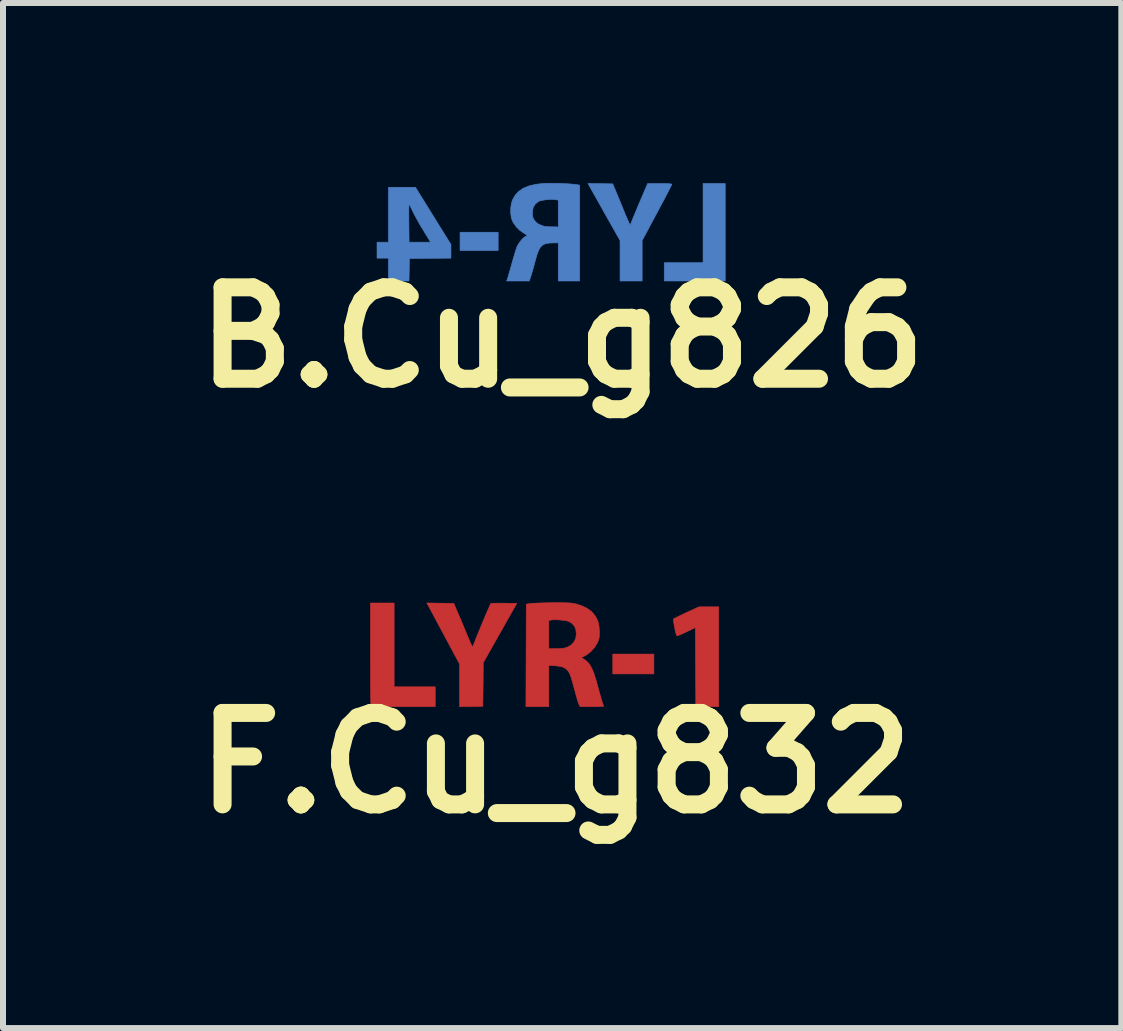
<source format=kicad_pcb>
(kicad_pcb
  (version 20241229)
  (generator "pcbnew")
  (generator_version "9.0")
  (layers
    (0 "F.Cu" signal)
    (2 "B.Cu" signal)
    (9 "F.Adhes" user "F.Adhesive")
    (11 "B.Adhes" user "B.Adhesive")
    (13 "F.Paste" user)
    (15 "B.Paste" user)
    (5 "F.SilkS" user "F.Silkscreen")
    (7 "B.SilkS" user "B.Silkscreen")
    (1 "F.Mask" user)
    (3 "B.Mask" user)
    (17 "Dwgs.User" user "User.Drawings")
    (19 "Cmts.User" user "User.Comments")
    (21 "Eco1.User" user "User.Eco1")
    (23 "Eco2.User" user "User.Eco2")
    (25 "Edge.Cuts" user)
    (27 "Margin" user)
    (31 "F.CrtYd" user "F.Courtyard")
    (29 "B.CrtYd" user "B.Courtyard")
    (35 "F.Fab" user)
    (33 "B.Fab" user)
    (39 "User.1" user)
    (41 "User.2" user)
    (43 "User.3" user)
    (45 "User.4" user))
  (footprint "F.Cu_g832"
    (layer "F.Cu")
    (at 6.212 9.669)
    (property "Reference" "F.Cu_g832" (at 0 0 0) (layer "F.SilkS") (effects (font (size 1.524 1.524) (thickness 0.3))))
    (attr through_hole)
    (fp_poly (pts (xy 1.638 -1.486) (xy 0.953 -1.486) (xy 0.953 -1.816) (xy 1.638 -1.816) (xy 1.638 -1.486)) (stroke (width 0.01) (type solid)) (fill yes) (layer "F.Cu"))
    (fp_poly (pts (xy -2.692 -1.27) (xy -2.007 -1.27) (xy -2.007 -0.94) (xy -2.538 -0.94) (xy -2.652 -0.94) (xy -2.757 -0.941) (xy -2.853 -0.941) (xy -2.935 -0.943) (xy -3 -0.944) (xy -3.048 -0.946) (xy -3.074 -0.947) (xy -3.078 -0.948) (xy -3.079 -0.962) (xy -3.08 -0.999) (xy -3.082 -1.058) (xy -3.083 -1.135) (xy -3.084 -1.229) (xy -3.085 -1.339) (xy -3.085 -1.461) (xy -3.086 -1.594) (xy -3.086 -1.735) (xy -3.086 -1.812) (xy -3.086 -2.667) (xy -2.692 -2.667) (xy -2.692 -1.27)) (stroke (width 0.01) (type solid)) (fill yes) (layer "F.Cu"))
    (fp_poly (pts (xy 2.718 -0.94) (xy 2.337 -0.94) (xy 2.334 -1.599) (xy 2.33 -2.258) (xy 2.175 -2.184) (xy 2.112 -2.155) (xy 2.068 -2.135) (xy 2.039 -2.125) (xy 2.023 -2.123) (xy 2.015 -2.129) (xy 2.014 -2.132) (xy 2.002 -2.175) (xy 1.99 -2.226) (xy 1.98 -2.28) (xy 1.971 -2.331) (xy 1.965 -2.372) (xy 1.964 -2.397) (xy 1.965 -2.402) (xy 1.979 -2.41) (xy 2.013 -2.427) (xy 2.061 -2.451) (xy 2.121 -2.48) (xy 2.181 -2.508) (xy 2.388 -2.603) (xy 2.718 -2.603) (xy 2.718 -0.94)) (stroke (width 0.01) (type solid)) (fill yes) (layer "F.Cu"))
    (fp_poly (pts (xy -1.923 -2.664) (xy -1.698 -2.661) (xy -1.614 -2.464) (xy -1.578 -2.381) (xy -1.54 -2.289) (xy -1.502 -2.198) (xy -1.469 -2.118) (xy -1.461 -2.098) (xy -1.436 -2.039) (xy -1.414 -1.99) (xy -1.397 -1.956) (xy -1.386 -1.94) (xy -1.384 -1.939) (xy -1.375 -1.956) (xy -1.361 -1.989) (xy -1.348 -2.023) (xy -1.333 -2.062) (xy -1.312 -2.115) (xy -1.285 -2.18) (xy -1.255 -2.253) (xy -1.224 -2.329) (xy -1.192 -2.405) (xy -1.161 -2.478) (xy -1.133 -2.543) (xy -1.109 -2.597) (xy -1.092 -2.636) (xy -1.082 -2.656) (xy -1.081 -2.658) (xy -1.065 -2.661) (xy -1.029 -2.663) (xy -0.976 -2.664) (xy -0.911 -2.665) (xy -0.86 -2.664) (xy -0.648 -2.661) (xy -1.206 -1.673) (xy -1.209 -1.309) (xy -1.213 -0.946) (xy -1.407 -0.943) (xy -1.6 -0.939) (xy -1.6 -1.648) (xy -1.824 -2.066) (xy -1.877 -2.165) (xy -1.928 -2.26) (xy -1.976 -2.35) (xy -2.018 -2.429) (xy -2.054 -2.496) (xy -2.081 -2.546) (xy -2.097 -2.575) (xy -2.147 -2.668) (xy -1.923 -2.664)) (stroke (width 0.01) (type solid)) (fill yes) (layer "F.Cu"))
    (fp_poly (pts (xy 0.141 -2.671) (xy 0.202 -2.67) (xy 0.25 -2.667) (xy 0.288 -2.662) (xy 0.321 -2.656) (xy 0.343 -2.651) (xy 0.445 -2.617) (xy 0.526 -2.578) (xy 0.592 -2.53) (xy 0.615 -2.507) (xy 0.668 -2.44) (xy 0.704 -2.367) (xy 0.723 -2.281) (xy 0.729 -2.191) (xy 0.729 -2.131) (xy 0.725 -2.087) (xy 0.715 -2.05) (xy 0.699 -2.011) (xy 0.696 -2.004) (xy 0.649 -1.927) (xy 0.585 -1.856) (xy 0.512 -1.801) (xy 0.488 -1.787) (xy 0.428 -1.757) (xy 0.474 -1.729) (xy 0.515 -1.699) (xy 0.55 -1.664) (xy 0.581 -1.62) (xy 0.61 -1.563) (xy 0.639 -1.491) (xy 0.668 -1.4) (xy 0.7 -1.288) (xy 0.703 -1.276) (xy 0.723 -1.201) (xy 0.743 -1.131) (xy 0.76 -1.071) (xy 0.774 -1.025) (xy 0.78 -1.005) (xy 0.792 -0.971) (xy 0.799 -0.949) (xy 0.8 -0.945) (xy 0.788 -0.943) (xy 0.755 -0.942) (xy 0.705 -0.94) (xy 0.643 -0.94) (xy 0.603 -0.94) (xy 0.405 -0.94) (xy 0.386 -0.986) (xy 0.375 -1.016) (xy 0.36 -1.063) (xy 0.343 -1.123) (xy 0.325 -1.189) (xy 0.322 -1.199) (xy 0.297 -1.292) (xy 0.277 -1.364) (xy 0.261 -1.418) (xy 0.247 -1.459) (xy 0.235 -1.489) (xy 0.222 -1.512) (xy 0.209 -1.532) (xy 0.208 -1.534) (xy 0.175 -1.569) (xy 0.137 -1.593) (xy 0.087 -1.609) (xy 0.019 -1.619) (xy -0.005 -1.621) (xy -0.114 -1.629) (xy -0.114 -0.94) (xy -0.495 -0.94) (xy -0.492 -1.794) (xy -0.49 -2.374) (xy -0.114 -2.374) (xy -0.114 -1.905) (xy 0.004 -1.905) (xy 0.079 -1.908) (xy 0.142 -1.915) (xy 0.179 -1.924) (xy 0.251 -1.96) (xy 0.303 -2.012) (xy 0.335 -2.078) (xy 0.345 -2.151) (xy 0.337 -2.226) (xy 0.312 -2.285) (xy 0.268 -2.331) (xy 0.225 -2.358) (xy 0.192 -2.369) (xy 0.142 -2.378) (xy 0.082 -2.384) (xy 0.021 -2.388) (xy -0.035 -2.388) (xy -0.077 -2.384) (xy -0.082 -2.383) (xy -0.114 -2.374) (xy -0.49 -2.374) (xy -0.489 -2.648) (xy -0.413 -2.659) (xy -0.378 -2.662) (xy -0.322 -2.665) (xy -0.251 -2.668) (xy -0.169 -2.67) (xy -0.08 -2.671) (xy -0.038 -2.672) (xy 0.062 -2.672) (xy 0.141 -2.671)) (stroke (width 0.01) (type solid)) (fill yes) (layer "F.Cu")))
  (footprint "B.Cu_g826"
    (layer "F.Cu")
    (at 6.321 2.574)
    (property "Reference" "B.Cu_g826" (at 0 0 0) (layer "F.SilkS") (effects (font (size 1.524 1.524) (thickness 0.3))))
    (attr through_hole)
    (fp_poly (pts (xy -1.067 -1.448) (xy -1.702 -1.448) (xy -1.702 -1.753) (xy -1.067 -1.753) (xy -1.067 -1.448)) (stroke (width 0.01) (type solid)) (fill yes) (layer "B.Cu"))
    (fp_poly (pts (xy 2.718 -0.94) (xy 1.702 -0.94) (xy 1.702 -1.245) (xy 2.349 -1.245) (xy 2.349 -2.565) (xy 2.718 -2.565) (xy 2.718 -0.94)) (stroke (width 0.01) (type solid)) (fill yes) (layer "B.Cu"))
    (fp_poly (pts (xy -2.445 -2.502) (xy -2.149 -2.025) (xy -1.854 -1.549) (xy -1.854 -1.321) (xy -2.2 -1.318) (xy -2.546 -1.314) (xy -2.553 -0.94) (xy -2.896 -0.94) (xy -2.896 -1.321) (xy -3.086 -1.321) (xy -3.086 -1.587) (xy -2.896 -1.587) (xy -2.896 -2.056) (xy -2.556 -2.056) (xy -2.556 -1.976) (xy -2.555 -1.905) (xy -2.552 -1.587) (xy -2.195 -1.587) (xy -2.219 -1.629) (xy -2.235 -1.654) (xy -2.26 -1.696) (xy -2.293 -1.75) (xy -2.329 -1.81) (xy -2.345 -1.835) (xy -2.385 -1.904) (xy -2.426 -1.977) (xy -2.463 -2.045) (xy -2.491 -2.102) (xy -2.496 -2.111) (xy -2.518 -2.159) (xy -2.537 -2.196) (xy -2.549 -2.218) (xy -2.553 -2.222) (xy -2.554 -2.21) (xy -2.555 -2.176) (xy -2.556 -2.124) (xy -2.556 -2.056) (xy -2.896 -2.056) (xy -2.896 -2.502) (xy -2.445 -2.502)) (stroke (width 0.01) (type solid)) (fill yes) (layer "B.Cu"))
    (fp_poly (pts (xy 0.637 -2.563) (xy 0.843 -2.559) (xy 0.899 -2.426) (xy 0.923 -2.367) (xy 0.954 -2.293) (xy 0.988 -2.21) (xy 1.022 -2.126) (xy 1.041 -2.079) (xy 1.069 -2.012) (xy 1.094 -1.955) (xy 1.114 -1.911) (xy 1.128 -1.883) (xy 1.135 -1.876) (xy 1.143 -1.893) (xy 1.156 -1.926) (xy 1.169 -1.956) (xy 1.181 -1.988) (xy 1.202 -2.039) (xy 1.23 -2.105) (xy 1.261 -2.18) (xy 1.295 -2.261) (xy 1.31 -2.296) (xy 1.425 -2.565) (xy 1.627 -2.565) (xy 1.712 -2.565) (xy 1.774 -2.562) (xy 1.814 -2.558) (xy 1.829 -2.553) (xy 1.829 -2.552) (xy 1.823 -2.539) (xy 1.806 -2.505) (xy 1.78 -2.454) (xy 1.746 -2.387) (xy 1.704 -2.308) (xy 1.657 -2.219) (xy 1.605 -2.122) (xy 1.581 -2.077) (xy 1.333 -1.614) (xy 1.333 -0.94) (xy 0.965 -0.94) (xy 0.965 -1.615) (xy 0.713 -2.061) (xy 0.658 -2.16) (xy 0.606 -2.252) (xy 0.559 -2.336) (xy 0.518 -2.408) (xy 0.485 -2.467) (xy 0.461 -2.51) (xy 0.448 -2.534) (xy 0.446 -2.537) (xy 0.431 -2.566) (xy 0.637 -2.563)) (stroke (width 0.01) (type solid)) (fill yes) (layer "B.Cu"))
    (fp_poly (pts (xy -0.115 -2.568) (xy -0.025 -2.566) (xy 0.063 -2.562) (xy 0.142 -2.557) (xy 0.207 -2.551) (xy 0.247 -2.546) (xy 0.292 -2.537) (xy 0.292 -0.94) (xy -0.064 -0.94) (xy -0.064 -1.575) (xy -0.16 -1.575) (xy -0.23 -1.571) (xy -0.286 -1.559) (xy -0.331 -1.535) (xy -0.367 -1.497) (xy -0.397 -1.441) (xy -0.424 -1.365) (xy -0.445 -1.289) (xy -0.464 -1.218) (xy -0.484 -1.144) (xy -0.504 -1.078) (xy -0.516 -1.038) (xy -0.548 -0.94) (xy -0.926 -0.94) (xy -0.913 -0.975) (xy -0.905 -0.998) (xy -0.893 -1.041) (xy -0.876 -1.099) (xy -0.856 -1.168) (xy -0.837 -1.237) (xy -0.815 -1.314) (xy -0.794 -1.385) (xy -0.775 -1.447) (xy -0.76 -1.494) (xy -0.75 -1.518) (xy -0.726 -1.561) (xy -0.694 -1.606) (xy -0.659 -1.646) (xy -0.626 -1.674) (xy -0.609 -1.683) (xy -0.589 -1.692) (xy -0.589 -1.704) (xy -0.609 -1.72) (xy -0.641 -1.739) (xy -0.705 -1.783) (xy -0.766 -1.843) (xy -0.814 -1.912) (xy -0.83 -1.941) (xy -0.849 -2.003) (xy -0.858 -2.076) (xy -0.495 -2.076) (xy -0.493 -2.027) (xy -0.485 -1.992) (xy -0.467 -1.96) (xy -0.458 -1.946) (xy -0.435 -1.918) (xy -0.408 -1.897) (xy -0.371 -1.878) (xy -0.318 -1.858) (xy -0.292 -1.85) (xy -0.271 -1.847) (xy -0.232 -1.844) (xy -0.182 -1.843) (xy -0.168 -1.843) (xy -0.064 -1.841) (xy -0.064 -2.286) (xy -0.096 -2.294) (xy -0.139 -2.299) (xy -0.197 -2.3) (xy -0.259 -2.295) (xy -0.319 -2.287) (xy -0.369 -2.276) (xy -0.394 -2.266) (xy -0.448 -2.223) (xy -0.481 -2.17) (xy -0.495 -2.101) (xy -0.495 -2.076) (xy -0.858 -2.076) (xy -0.858 -2.078) (xy -0.857 -2.159) (xy -0.846 -2.234) (xy -0.829 -2.29) (xy -0.782 -2.371) (xy -0.722 -2.436) (xy -0.646 -2.487) (xy -0.552 -2.525) (xy -0.439 -2.552) (xy -0.334 -2.564) (xy -0.276 -2.568) (xy -0.2 -2.569) (xy -0.115 -2.568)) (stroke (width 0.01) (type solid)) (fill yes) (layer "B.Cu")))
  (gr_rect
    (start -3 -3)
    (end 15.642 14.087)
    (stroke (width 0.1) (type default))
    (fill no)
    (layer "Edge.Cuts")))
</source>
